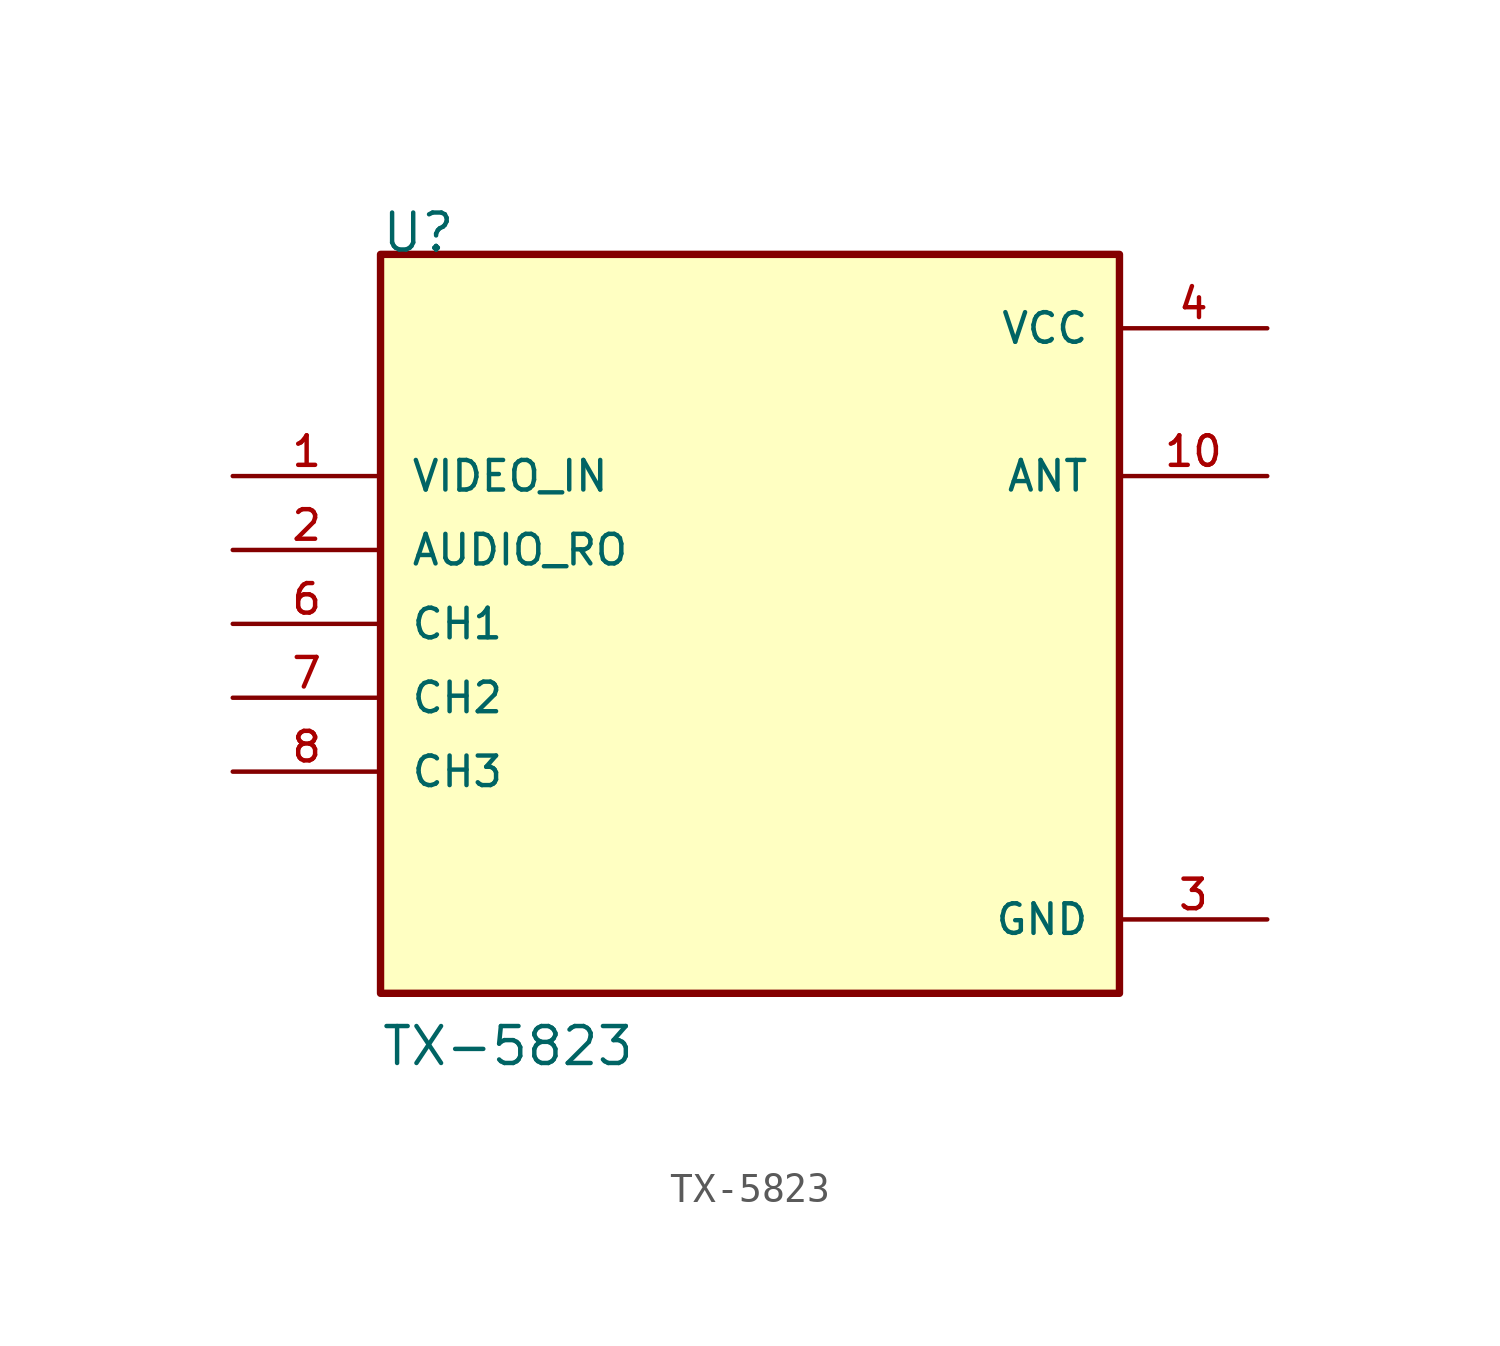
<source format=kicad_sym>
(kicad_symbol_lib
  (version 20211014)
  (generator kicad_symbol_editor)
  (symbol "TX-5823"
    (pin_names
      (offset 1.016))
    (property "Reference" "U"
      (at -12.705 12.705 0)
      (effects (font (size 1.27 1.27)) (justify bottom left)))
    (property "Value" "TX-5823"
      (at -12.715 -15.258 0)
      (effects (font (size 1.27 1.27)) (justify bottom left)))
    (symbol "TX-5823_0_0"
      (rectangle (start -12.7 -12.7) (end 12.7 12.7) (stroke (width 0.254)) (fill (type background)))
      (pin input line (at -17.78 5.08 0) (length 5.08) (name "VIDEO_IN" (effects (font (size 1.016 1.016)))) (number "1" (effects (font (size 1.016 1.016)))))
      (pin input line (at -17.78 2.54 0) (length 5.08) (name "AUDIO_RO" (effects (font (size 1.016 1.016)))) (number "2" (effects (font (size 1.016 1.016)))))
      (pin power_in line (at 17.78 -10.16 180.0) (length 5.08) (name "GND" (effects (font (size 1.016 1.016)))) (number "3" (effects (font (size 1.016 1.016)))))
      (pin power_in line (at 17.78 -10.16 180.0) (length 5.08) hide (name "GND" (effects (font (size 1.016 1.016)))) (number "5" (effects (font (size 1.016 1.016)))))
      (pin power_in line (at 17.78 -10.16 180.0) (length 5.08) hide (name "GND" (effects (font (size 1.016 1.016)))) (number "9" (effects (font (size 1.016 1.016)))))
      (pin power_in line (at 17.78 -10.16 180.0) (length 5.08) hide (name "GND" (effects (font (size 1.016 1.016)))) (number "11" (effects (font (size 1.016 1.016)))))
      (pin power_in line (at 17.78 10.16 180.0) (length 5.08) (name "VCC" (effects (font (size 1.016 1.016)))) (number "4" (effects (font (size 1.016 1.016)))))
      (pin input line (at -17.78 0.0 0) (length 5.08) (name "CH1" (effects (font (size 1.016 1.016)))) (number "6" (effects (font (size 1.016 1.016)))))
      (pin input line (at -17.78 -2.54 0) (length 5.08) (name "CH2" (effects (font (size 1.016 1.016)))) (number "7" (effects (font (size 1.016 1.016)))))
      (pin input line (at -17.78 -5.08 0) (length 5.08) (name "CH3" (effects (font (size 1.016 1.016)))) (number "8" (effects (font (size 1.016 1.016)))))
      (pin output line (at 17.78 5.08 180.0) (length 5.08) (name "ANT" (effects (font (size 1.016 1.016)))) (number "10" (effects (font (size 1.016 1.016))))))))
</source>
